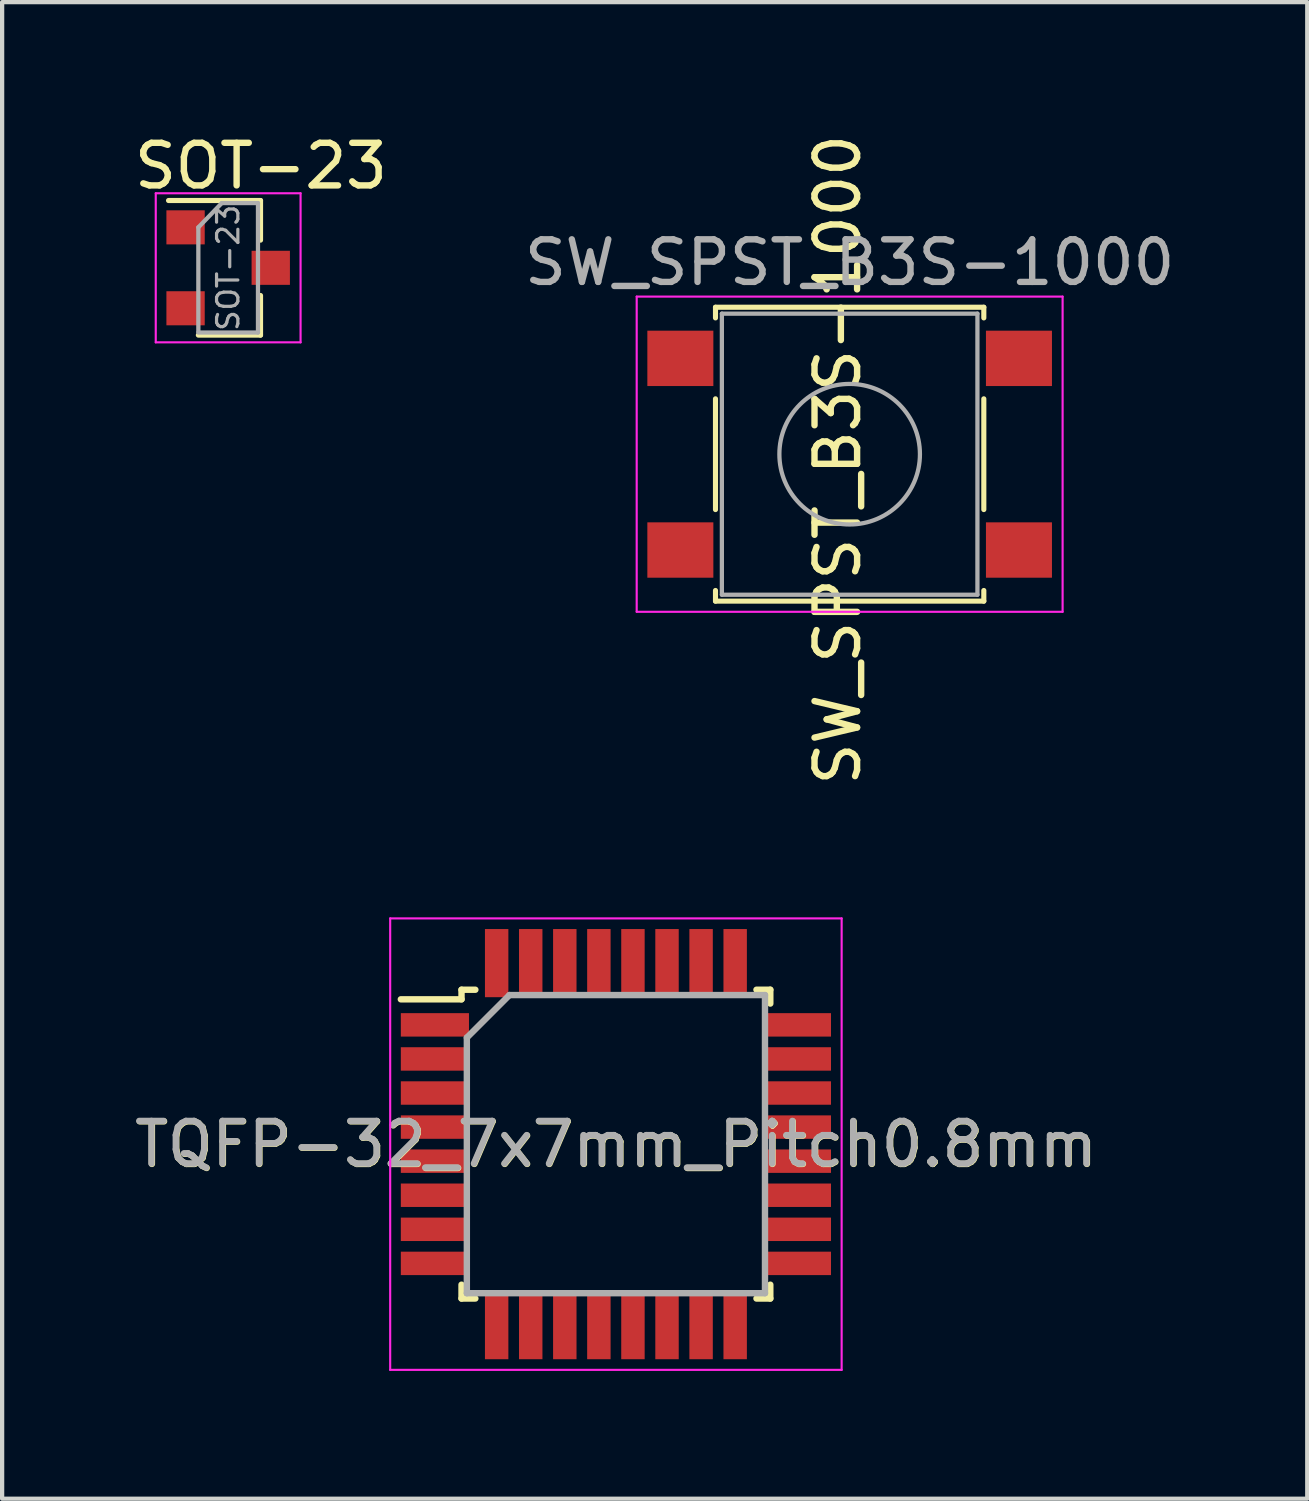
<source format=kicad_pcb>
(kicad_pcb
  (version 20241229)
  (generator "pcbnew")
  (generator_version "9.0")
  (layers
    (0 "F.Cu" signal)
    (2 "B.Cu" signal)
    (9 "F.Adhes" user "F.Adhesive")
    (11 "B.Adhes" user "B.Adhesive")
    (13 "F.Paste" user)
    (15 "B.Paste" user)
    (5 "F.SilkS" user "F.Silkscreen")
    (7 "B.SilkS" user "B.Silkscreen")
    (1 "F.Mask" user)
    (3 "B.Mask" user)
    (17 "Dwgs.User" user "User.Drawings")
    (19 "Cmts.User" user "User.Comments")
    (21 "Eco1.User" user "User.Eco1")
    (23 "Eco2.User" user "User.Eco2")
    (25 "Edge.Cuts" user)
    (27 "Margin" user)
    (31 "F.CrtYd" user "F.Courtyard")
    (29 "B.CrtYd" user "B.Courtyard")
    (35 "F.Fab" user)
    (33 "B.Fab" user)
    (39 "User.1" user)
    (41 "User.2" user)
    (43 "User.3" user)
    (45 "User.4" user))
  (footprint "SOT-23"
    (layer "F.Cu")
    (at 2.307 3.238)
    (property "Reference" "SOT-23" (at 0.77 -2.39 0) (layer "F.SilkS") (effects (font (size 1 1) (thickness 0.15))))
    (attr smd)
    (fp_line (start 0.76 -1.58) (end -1.4 -1.58) (stroke (width 0.12) (type solid)) (layer "F.SilkS"))
    (fp_line (start 0.76 -1.58) (end 0.76 -0.65) (stroke (width 0.12) (type solid)) (layer "F.SilkS"))
    (fp_line (start 0.76 1.58) (end -0.7 1.58) (stroke (width 0.12) (type solid)) (layer "F.SilkS"))
    (fp_line (start 0.76 1.58) (end 0.76 0.65) (stroke (width 0.12) (type solid)) (layer "F.SilkS"))
    (fp_line (start -1.7 -1.75) (end 1.7 -1.75) (stroke (width 0.05) (type solid)) (layer "F.CrtYd"))
    (fp_line (start -1.7 1.75) (end -1.7 -1.75) (stroke (width 0.05) (type solid)) (layer "F.CrtYd"))
    (fp_line (start 1.7 -1.75) (end 1.7 1.75) (stroke (width 0.05) (type solid)) (layer "F.CrtYd"))
    (fp_line (start 1.7 1.75) (end -1.7 1.75) (stroke (width 0.05) (type solid)) (layer "F.CrtYd"))
    (fp_line (start -0.7 -0.95) (end -0.7 1.5) (stroke (width 0.1) (type solid)) (layer "F.Fab"))
    (fp_line (start -0.7 -0.95) (end -0.15 -1.52) (stroke (width 0.1) (type solid)) (layer "F.Fab"))
    (fp_line (start -0.7 1.52) (end 0.7 1.52) (stroke (width 0.1) (type solid)) (layer "F.Fab"))
    (fp_line (start -0.15 -1.52) (end 0.7 -1.52) (stroke (width 0.1) (type solid)) (layer "F.Fab"))
    (fp_line (start 0.7 -1.52) (end 0.7 1.52) (stroke (width 0.1) (type solid)) (layer "F.Fab"))
    (fp_text user "${REFERENCE}" (at 0 0 90) (layer "F.Fab") (effects (font (size 0.5 0.5) (thickness 0.075))))
    (pad "1" smd rect (at -1 -0.95) (size 0.9 0.8) (layers "F.Cu" "F.Mask" "F.Paste"))
    (pad "2" smd rect (at -1 0.95) (size 0.9 0.8) (layers "F.Cu" "F.Mask" "F.Paste"))
    (pad "3" smd rect (at 1 0) (size 0.9 0.8) (layers "F.Cu" "F.Mask" "F.Paste")))
  (footprint "SW_SPST_B3S-1000"
    (layer "F.Cu")
    (at 16.899 7.614)
    (property "Reference" "SW_SPST_B3S-1000" (at -0.28 0.13 90) (layer "F.SilkS") (effects (font (size 1 1) (thickness 0.15))))
    (attr smd)
    (fp_line (start -3.15 -3.45) (end 3.15 -3.45) (stroke (width 0.12) (type solid)) (layer "F.SilkS"))
    (fp_line (start -3.15 -3.2) (end -3.15 -3.45) (stroke (width 0.12) (type solid)) (layer "F.SilkS"))
    (fp_line (start -3.15 1.3) (end -3.15 -1.3) (stroke (width 0.12) (type solid)) (layer "F.SilkS"))
    (fp_line (start -3.15 3.45) (end -3.15 3.2) (stroke (width 0.12) (type solid)) (layer "F.SilkS"))
    (fp_line (start 3.15 -3.45) (end 3.15 -3.2) (stroke (width 0.12) (type solid)) (layer "F.SilkS"))
    (fp_line (start 3.15 -1.3) (end 3.15 1.3) (stroke (width 0.12) (type solid)) (layer "F.SilkS"))
    (fp_line (start 3.15 3.2) (end 3.15 3.45) (stroke (width 0.12) (type solid)) (layer "F.SilkS"))
    (fp_line (start 3.15 3.45) (end -3.15 3.45) (stroke (width 0.12) (type solid)) (layer "F.SilkS"))
    (fp_line (start -5 -3.7) (end -5 3.7) (stroke (width 0.05) (type solid)) (layer "F.CrtYd"))
    (fp_line (start -5 3.7) (end 5 3.7) (stroke (width 0.05) (type solid)) (layer "F.CrtYd"))
    (fp_line (start 5 -3.7) (end -5 -3.7) (stroke (width 0.05) (type solid)) (layer "F.CrtYd"))
    (fp_line (start 5 3.7) (end 5 -3.7) (stroke (width 0.05) (type solid)) (layer "F.CrtYd"))
    (fp_line (start -3 -3.3) (end 3 -3.3) (stroke (width 0.1) (type solid)) (layer "F.Fab"))
    (fp_line (start -3 3.3) (end -3 -3.3) (stroke (width 0.1) (type solid)) (layer "F.Fab"))
    (fp_line (start 3 -3.3) (end 3 3.3) (stroke (width 0.1) (type solid)) (layer "F.Fab"))
    (fp_line (start 3 3.3) (end -3 3.3) (stroke (width 0.1) (type solid)) (layer "F.Fab"))
    (fp_circle (center 0 0) (end 1.65 0) (stroke (width 0.1) (type solid)) (fill no) (layer "F.Fab"))
    (fp_text user "${REFERENCE}" (at 0 -4.5 0) (layer "F.Fab") (effects (font (size 1 1) (thickness 0.15))))
    (pad "1" smd rect (at -3.975 -2.25) (size 1.55 1.3) (layers "F.Cu" "F.Mask" "F.Paste"))
    (pad "1" smd rect (at 3.975 -2.25) (size 1.55 1.3) (layers "F.Cu" "F.Mask" "F.Paste"))
    (pad "2" smd rect (at -3.975 2.25) (size 1.55 1.3) (layers "F.Cu" "F.Mask" "F.Paste"))
    (pad "2" smd rect (at 3.975 2.25) (size 1.55 1.3) (layers "F.Cu" "F.Mask" "F.Paste")))
  (footprint "TQFP-32_7x7mm_Pitch0.8mm"
    (layer "F.Cu")
    (at 11.411 23.813)
    (property "Reference" "TQFP-32_7x7mm_Pitch0.8mm" (at 0.01 0.01 0) (layer "F.SilkS") (effects (font (size 1 1) (thickness 0.15))))
    (attr smd)
    (fp_line (start -3.625 -3.625) (end -3.625 -3.4) (stroke (width 0.15) (type solid)) (layer "F.SilkS"))
    (fp_line (start -3.625 -3.625) (end -3.3 -3.625) (stroke (width 0.15) (type solid)) (layer "F.SilkS"))
    (fp_line (start -3.625 -3.4) (end -5.05 -3.4) (stroke (width 0.15) (type solid)) (layer "F.SilkS"))
    (fp_line (start -3.625 3.625) (end -3.625 3.3) (stroke (width 0.15) (type solid)) (layer "F.SilkS"))
    (fp_line (start -3.625 3.625) (end -3.3 3.625) (stroke (width 0.15) (type solid)) (layer "F.SilkS"))
    (fp_line (start 3.625 -3.625) (end 3.3 -3.625) (stroke (width 0.15) (type solid)) (layer "F.SilkS"))
    (fp_line (start 3.625 -3.625) (end 3.625 -3.3) (stroke (width 0.15) (type solid)) (layer "F.SilkS"))
    (fp_line (start 3.625 3.625) (end 3.3 3.625) (stroke (width 0.15) (type solid)) (layer "F.SilkS"))
    (fp_line (start 3.625 3.625) (end 3.625 3.3) (stroke (width 0.15) (type solid)) (layer "F.SilkS"))
    (fp_line (start -5.3 -5.3) (end -5.3 5.3) (stroke (width 0.05) (type solid)) (layer "F.CrtYd"))
    (fp_line (start -5.3 -5.3) (end 5.3 -5.3) (stroke (width 0.05) (type solid)) (layer "F.CrtYd"))
    (fp_line (start -5.3 5.3) (end 5.3 5.3) (stroke (width 0.05) (type solid)) (layer "F.CrtYd"))
    (fp_line (start 5.3 -5.3) (end 5.3 5.3) (stroke (width 0.05) (type solid)) (layer "F.CrtYd"))
    (fp_line (start -3.5 -2.5) (end -2.5 -3.5) (stroke (width 0.15) (type solid)) (layer "F.Fab"))
    (fp_line (start -3.5 3.5) (end -3.5 -2.5) (stroke (width 0.15) (type solid)) (layer "F.Fab"))
    (fp_line (start -2.5 -3.5) (end 3.5 -3.5) (stroke (width 0.15) (type solid)) (layer "F.Fab"))
    (fp_line (start 3.5 -3.5) (end 3.5 3.5) (stroke (width 0.15) (type solid)) (layer "F.Fab"))
    (fp_line (start 3.5 3.5) (end -3.5 3.5) (stroke (width 0.15) (type solid)) (layer "F.Fab"))
    (fp_text user "${REFERENCE}" (at 0 0 0) (layer "F.Fab") (effects (font (size 1 1) (thickness 0.15))))
    (pad "1" smd rect (at -4.25 -2.8) (size 1.6 0.55) (layers "F.Cu" "F.Mask" "F.Paste"))
    (pad "2" smd rect (at -4.25 -2) (size 1.6 0.55) (layers "F.Cu" "F.Mask" "F.Paste"))
    (pad "3" smd rect (at -4.25 -1.2) (size 1.6 0.55) (layers "F.Cu" "F.Mask" "F.Paste"))
    (pad "4" smd rect (at -4.25 -0.4) (size 1.6 0.55) (layers "F.Cu" "F.Mask" "F.Paste"))
    (pad "5" smd rect (at -4.25 0.4) (size 1.6 0.55) (layers "F.Cu" "F.Mask" "F.Paste"))
    (pad "6" smd rect (at -4.25 1.2) (size 1.6 0.55) (layers "F.Cu" "F.Mask" "F.Paste"))
    (pad "7" smd rect (at -4.25 2) (size 1.6 0.55) (layers "F.Cu" "F.Mask" "F.Paste"))
    (pad "8" smd rect (at -4.25 2.8) (size 1.6 0.55) (layers "F.Cu" "F.Mask" "F.Paste"))
    (pad "9" smd rect (at -2.8 4.25 90) (size 1.6 0.55) (layers "F.Cu" "F.Mask" "F.Paste"))
    (pad "10" smd rect (at -2 4.25 90) (size 1.6 0.55) (layers "F.Cu" "F.Mask" "F.Paste"))
    (pad "11" smd rect (at -1.2 4.25 90) (size 1.6 0.55) (layers "F.Cu" "F.Mask" "F.Paste"))
    (pad "12" smd rect (at -0.4 4.25 90) (size 1.6 0.55) (layers "F.Cu" "F.Mask" "F.Paste"))
    (pad "13" smd rect (at 0.4 4.25 90) (size 1.6 0.55) (layers "F.Cu" "F.Mask" "F.Paste"))
    (pad "14" smd rect (at 1.2 4.25 90) (size 1.6 0.55) (layers "F.Cu" "F.Mask" "F.Paste"))
    (pad "15" smd rect (at 2 4.25 90) (size 1.6 0.55) (layers "F.Cu" "F.Mask" "F.Paste"))
    (pad "16" smd rect (at 2.8 4.25 90) (size 1.6 0.55) (layers "F.Cu" "F.Mask" "F.Paste"))
    (pad "17" smd rect (at 4.25 2.8) (size 1.6 0.55) (layers "F.Cu" "F.Mask" "F.Paste"))
    (pad "18" smd rect (at 4.25 2) (size 1.6 0.55) (layers "F.Cu" "F.Mask" "F.Paste"))
    (pad "19" smd rect (at 4.25 1.2) (size 1.6 0.55) (layers "F.Cu" "F.Mask" "F.Paste"))
    (pad "20" smd rect (at 4.25 0.4) (size 1.6 0.55) (layers "F.Cu" "F.Mask" "F.Paste"))
    (pad "21" smd rect (at 4.25 -0.4) (size 1.6 0.55) (layers "F.Cu" "F.Mask" "F.Paste"))
    (pad "22" smd rect (at 4.25 -1.2) (size 1.6 0.55) (layers "F.Cu" "F.Mask" "F.Paste"))
    (pad "23" smd rect (at 4.25 -2) (size 1.6 0.55) (layers "F.Cu" "F.Mask" "F.Paste"))
    (pad "24" smd rect (at 4.25 -2.8) (size 1.6 0.55) (layers "F.Cu" "F.Mask" "F.Paste"))
    (pad "25" smd rect (at 2.8 -4.25 90) (size 1.6 0.55) (layers "F.Cu" "F.Mask" "F.Paste"))
    (pad "26" smd rect (at 2 -4.25 90) (size 1.6 0.55) (layers "F.Cu" "F.Mask" "F.Paste"))
    (pad "27" smd rect (at 1.2 -4.25 90) (size 1.6 0.55) (layers "F.Cu" "F.Mask" "F.Paste"))
    (pad "28" smd rect (at 0.4 -4.25 90) (size 1.6 0.55) (layers "F.Cu" "F.Mask" "F.Paste"))
    (pad "29" smd rect (at -0.4 -4.25 90) (size 1.6 0.55) (layers "F.Cu" "F.Mask" "F.Paste"))
    (pad "30" smd rect (at -1.2 -4.25 90) (size 1.6 0.55) (layers "F.Cu" "F.Mask" "F.Paste"))
    (pad "31" smd rect (at -2 -4.25 90) (size 1.6 0.55) (layers "F.Cu" "F.Mask" "F.Paste"))
    (pad "32" smd rect (at -2.8 -4.25 90) (size 1.6 0.55) (layers "F.Cu" "F.Mask" "F.Paste")))
  (gr_rect
    (start -3 -3)
    (end 27.643 32.138)
    (stroke (width 0.1) (type default))
    (fill no)
    (layer "Edge.Cuts")))
</source>
